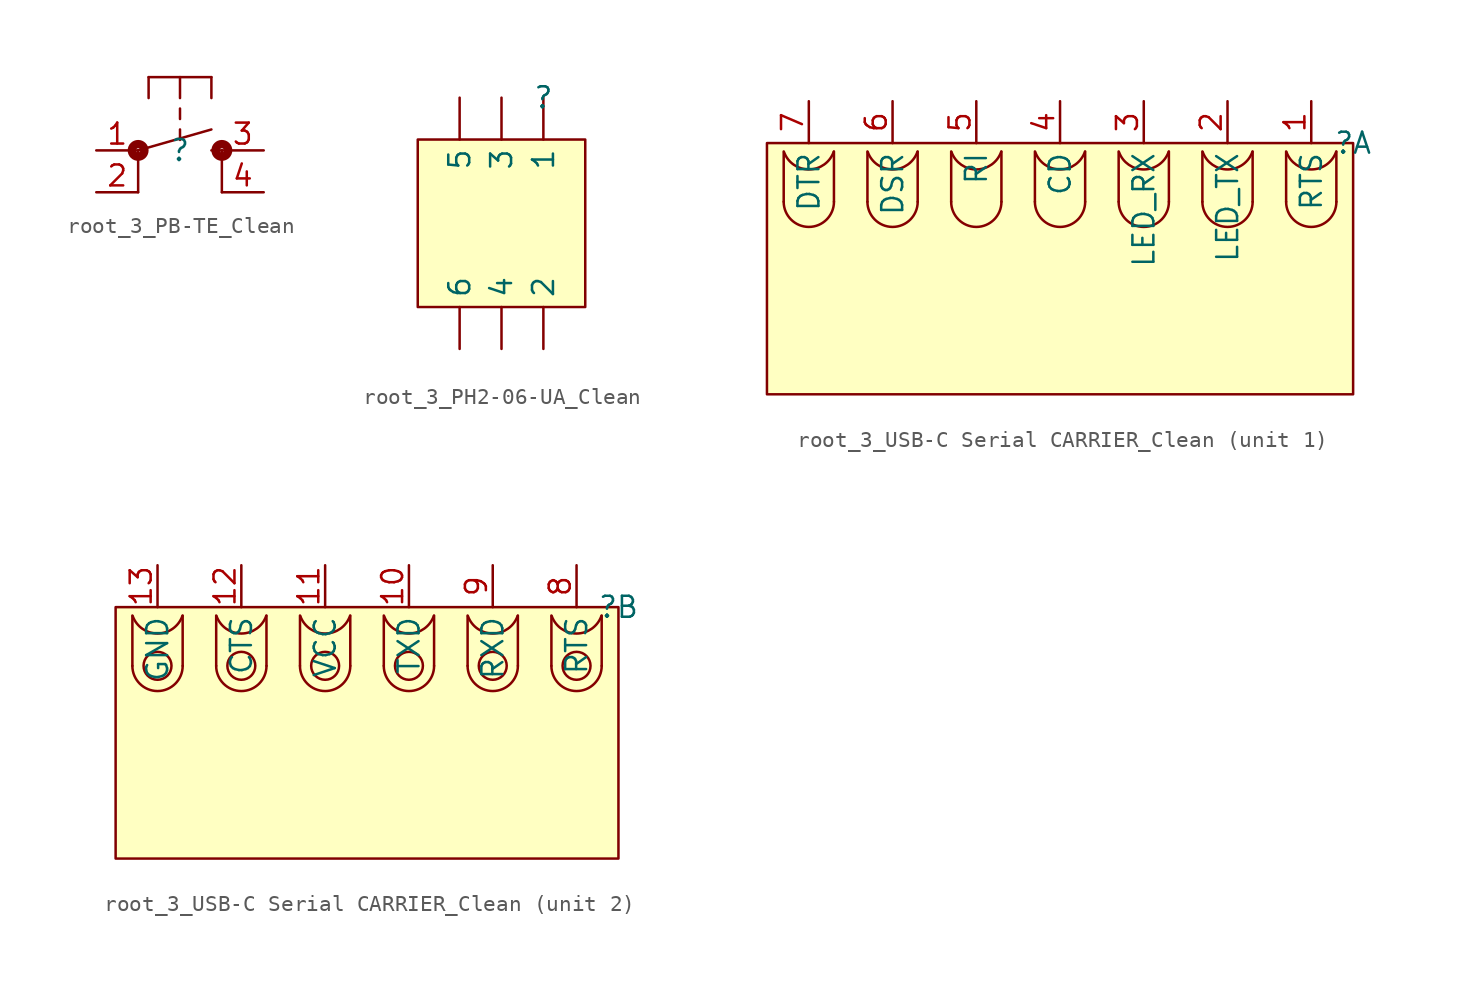
<source format=kicad_sym>
(kicad_symbol_lib
  (version 20241209)
  (generator "kicad_symbol_editor")
  (generator_version "9.0")
  (symbol "root_3_PB-TE_Clean"
    (pin_names
      (hide yes))
    (property "Reference" ""
      (at 0 0 0)
      (effects (font (size 1.27 1.27))))
    (property "Value" ""
      (at 0 0 0)
      (effects (font (size 1.27 1.27))))
    (symbol "root_3_PB-TE_Clean_1_0"
      (circle (center -2.54 0) (radius 0.127) (stroke (width 0.508) (type solid)) (fill (type none)))
      (polyline (pts (xy -2.54 0) (xy -2.54 -2.54)) (stroke (width 0) (type solid)) (fill (type none)))
      (polyline (pts (xy -1.905 4.445) (xy 0 4.445)) (stroke (width 0) (type solid)) (fill (type none)))
      (polyline (pts (xy -1.905 3.175) (xy -1.905 4.445)) (stroke (width 0) (type solid)) (fill (type none)))
      (polyline (pts (xy 0 4.445) (xy 1.905 4.445)) (stroke (width 0) (type solid)) (fill (type none)))
      (polyline (pts (xy 0 3.175) (xy 0 4.445)) (stroke (width 0) (type solid)) (fill (type none)))
      (polyline (pts (xy 0 1.905) (xy 0 2.54)) (stroke (width 0) (type solid)) (fill (type none)))
      (polyline (pts (xy 0 0.635) (xy 0 1.27)) (stroke (width 0) (type solid)) (fill (type none)))
      (polyline (pts (xy 1.905 3.175) (xy 1.905 4.445)) (stroke (width 0) (type solid)) (fill (type none)))
      (polyline (pts (xy 1.905 1.27) (xy -2.54 0)) (stroke (width 0) (type solid)) (fill (type none)))
      (polyline (pts (xy 2.54 0) (xy 1.905 0)) (stroke (width 0) (type solid)) (fill (type none)))
      (polyline (pts (xy 2.54 0) (xy 2.54 -2.54)) (stroke (width 0) (type solid)) (fill (type none)))
      (circle (center 2.54 0) (radius 0.127) (stroke (width 0.508) (type solid)) (fill (type none)))
      (pin passive line (at -5.08 0 0) (length 2.54) (name "1" (effects (font (size 1.27 1.27)))) (number "1" (effects (font (size 1.27 1.27)))))
      (pin passive line (at -5.08 -2.54 0) (length 2.54) (name "2" (effects (font (size 1.27 1.27)))) (number "2" (effects (font (size 1.27 1.27)))))
      (pin passive line (at 5.08 0 180) (length 2.54) (name "3" (effects (font (size 1.27 1.27)))) (number "3" (effects (font (size 1.27 1.27)))))
      (pin passive line (at 5.08 -2.54 180) (length 2.54) (name "4" (effects (font (size 1.27 1.27)))) (number "4" (effects (font (size 1.27 1.27)))))))
  (symbol "root_3_PH2-06-UA_Clean"
    (pin_numbers
      (hide yes))
    (property "Reference" ""
      (at 0 0 0)
      (effects (font (size 1.27 1.27))))
    (property "Value" ""
      (at 0 0 0)
      (effects (font (size 1.27 1.27))))
    (symbol "root_3_PH2-06-UA_Clean_1_0"
      (rectangle (start 2.54 -2.54) (end -7.62 -12.7) (stroke (width 0) (type solid) (color 128 0 0 1)) (fill (type background)))
      (pin passive line (at -5.08 0 270) (length 2.54) (name "5" (effects (font (size 1.27 1.27)))) (number "5" (effects (font (size 1.27 1.27)))))
      (pin passive line (at -5.08 -15.24 90) (length 2.54) (name "6" (effects (font (size 1.27 1.27)))) (number "6" (effects (font (size 1.27 1.27)))))
      (pin passive line (at -2.54 0 270) (length 2.54) (name "3" (effects (font (size 1.27 1.27)))) (number "3" (effects (font (size 1.27 1.27)))))
      (pin passive line (at -2.54 -15.24 90) (length 2.54) (name "4" (effects (font (size 1.27 1.27)))) (number "4" (effects (font (size 1.27 1.27)))))
      (pin passive line (at 0 0 270) (length 2.54) (name "1" (effects (font (size 1.27 1.27)))) (number "1" (effects (font (size 1.27 1.27)))))
      (pin passive line (at 0 -15.24 90) (length 2.54) (name "2" (effects (font (size 1.27 1.27)))) (number "2" (effects (font (size 1.27 1.27)))))))
  (symbol "root_3_USB-C Serial CARRIER_Clean"
    (property "Reference" ""
      (at 0 0 0)
      (effects (font (size 1.27 1.27))))
    (property "Value" ""
      (at 0 0 0)
      (effects (font (size 1.27 1.27))))
    (symbol "root_3_USB-C Serial CARRIER_Clean_1_0"
      (polyline (pts (xy -34.544 -0.508) (xy -34.544 -3.556)) (stroke (width 0) (type solid)) (fill (type none)))
      (arc (start -31.5116 -0.5306) (mid -33.0091 -1.599) (end -34.521 -0.5512) (stroke (width 0) (type solid)) (fill (type none)))
      (arc (start -33.02 -4.403) (mid -33.02 -2.709) (end -33.02 -4.403) (stroke (width 0) (type solid)) (fill (type none)))
      (arc (start -31.495 -3.5616) (mid -33.0205 -5.081) (end -34.545 -3.5605) (stroke (width 0) (type solid)) (fill (type none)))
      (polyline (pts (xy -31.496 -0.508) (xy -31.496 -3.556)) (stroke (width 0) (type solid)) (fill (type none)))
      (polyline (pts (xy -29.464 -0.508) (xy -29.464 -3.556)) (stroke (width 0) (type solid)) (fill (type none)))
      (arc (start -26.4316 -0.5306) (mid -27.9291 -1.599) (end -29.441 -0.5512) (stroke (width 0) (type solid)) (fill (type none)))
      (arc (start -27.94 -4.403) (mid -27.94 -2.709) (end -27.94 -4.403) (stroke (width 0) (type solid)) (fill (type none)))
      (arc (start -26.415 -3.5616) (mid -27.9405 -5.081) (end -29.465 -3.5605) (stroke (width 0) (type solid)) (fill (type none)))
      (polyline (pts (xy -26.416 -0.508) (xy -26.416 -3.556)) (stroke (width 0) (type solid)) (fill (type none)))
      (polyline (pts (xy -24.384 -0.508) (xy -24.384 -3.556)) (stroke (width 0) (type solid)) (fill (type none)))
      (arc (start -21.3516 -0.5306) (mid -22.8491 -1.599) (end -24.361 -0.5512) (stroke (width 0) (type solid)) (fill (type none)))
      (arc (start -22.86 -4.403) (mid -22.86 -2.709) (end -22.86 -4.403) (stroke (width 0) (type solid)) (fill (type none)))
      (arc (start -21.335 -3.5616) (mid -22.8605 -5.081) (end -24.385 -3.5605) (stroke (width 0) (type solid)) (fill (type none)))
      (polyline (pts (xy -21.336 -0.508) (xy -21.336 -3.556)) (stroke (width 0) (type solid)) (fill (type none)))
      (polyline (pts (xy -19.304 -0.508) (xy -19.304 -3.556)) (stroke (width 0) (type solid)) (fill (type none)))
      (arc (start -16.2716 -0.5306) (mid -17.7691 -1.599) (end -19.281 -0.5512) (stroke (width 0) (type solid)) (fill (type none)))
      (arc (start -17.78 -4.403) (mid -17.78 -2.709) (end -17.78 -4.403) (stroke (width 0) (type solid)) (fill (type none)))
      (arc (start -16.255 -3.5616) (mid -17.7805 -5.081) (end -19.305 -3.5605) (stroke (width 0) (type solid)) (fill (type none)))
      (polyline (pts (xy -16.256 -0.508) (xy -16.256 -3.556)) (stroke (width 0) (type solid)) (fill (type none)))
      (polyline (pts (xy -14.224 -0.508) (xy -14.224 -3.556)) (stroke (width 0) (type solid)) (fill (type none)))
      (arc (start -11.1916 -0.5306) (mid -12.6891 -1.599) (end -14.201 -0.5512) (stroke (width 0) (type solid)) (fill (type none)))
      (arc (start -12.7 -4.403) (mid -12.7 -2.709) (end -12.7 -4.403) (stroke (width 0) (type solid)) (fill (type none)))
      (arc (start -11.175 -3.5616) (mid -12.7005 -5.081) (end -14.225 -3.5605) (stroke (width 0) (type solid)) (fill (type none)))
      (polyline (pts (xy -11.176 -0.508) (xy -11.176 -3.556)) (stroke (width 0) (type solid)) (fill (type none)))
      (polyline (pts (xy -9.144 -0.508) (xy -9.144 -3.556)) (stroke (width 0) (type solid)) (fill (type none)))
      (arc (start -6.1116 -0.5306) (mid -7.6091 -1.599) (end -9.121 -0.5512) (stroke (width 0) (type solid)) (fill (type none)))
      (arc (start -7.62 -4.403) (mid -7.62 -2.709) (end -7.62 -4.403) (stroke (width 0) (type solid)) (fill (type none)))
      (arc (start -6.095 -3.5616) (mid -7.6205 -5.081) (end -9.145 -3.5605) (stroke (width 0) (type solid)) (fill (type none)))
      (polyline (pts (xy -6.096 -0.508) (xy -6.096 -3.556)) (stroke (width 0) (type solid)) (fill (type none)))
      (polyline (pts (xy -4.064 -0.508) (xy -4.064 -3.556)) (stroke (width 0) (type solid)) (fill (type none)))
      (arc (start -1.0316 -0.5306) (mid -2.5291 -1.599) (end -4.041 -0.5512) (stroke (width 0) (type solid)) (fill (type none)))
      (arc (start -2.54 -4.403) (mid -2.54 -2.709) (end -2.54 -4.403) (stroke (width 0) (type solid)) (fill (type none)))
      (arc (start -1.015 -3.5616) (mid -2.5405 -5.081) (end -4.065 -3.5605) (stroke (width 0) (type solid)) (fill (type none)))
      (polyline (pts (xy -1.016 -0.508) (xy -1.016 -3.556)) (stroke (width 0) (type solid)) (fill (type none)))
      (rectangle (start 0 0) (end -35.56 -15.24) (stroke (width 0) (type solid) (color 128 0 0 1)) (fill (type background)))
      (pin passive line (at -33.02 2.54 270) (length 2.54) (name "DTR" (effects (font (size 1.27 1.27)))) (number "7" (effects (font (size 1.27 1.27)))))
      (pin passive line (at -27.94 2.54 270) (length 2.54) (name "DSR" (effects (font (size 1.27 1.27)))) (number "6" (effects (font (size 1.27 1.27)))))
      (pin passive line (at -22.86 2.54 270) (length 2.54) (name "RI" (effects (font (size 1.27 1.27)))) (number "5" (effects (font (size 1.27 1.27)))))
      (pin passive line (at -17.78 2.54 270) (length 2.54) (name "CD" (effects (font (size 1.27 1.27)))) (number "4" (effects (font (size 1.27 1.27)))))
      (pin passive line (at -12.7 2.54 270) (length 2.54) (name "LED_RX" (effects (font (size 1.27 1.27)))) (number "3" (effects (font (size 1.27 1.27)))))
      (pin passive line (at -7.62 2.54 270) (length 2.54) (name "LED_TX" (effects (font (size 1.27 1.27)))) (number "2" (effects (font (size 1.27 1.27)))))
      (pin passive line (at -2.54 2.54 270) (length 2.54) (name "RTS" (effects (font (size 1.27 1.27)))) (number "1" (effects (font (size 1.27 1.27))))))
    (symbol "root_3_USB-C Serial CARRIER_Clean_2_0"
      (polyline (pts (xy -29.464 -0.508) (xy -29.464 -3.556)) (stroke (width 0) (type solid)) (fill (type none)))
      (arc (start -26.4316 -0.5306) (mid -27.9291 -1.599) (end -29.441 -0.5512) (stroke (width 0) (type solid)) (fill (type none)))
      (circle (center -27.94 -3.556) (radius 0.847) (stroke (width 0) (type solid)) (fill (type none)))
      (arc (start -26.415 -3.5616) (mid -27.9405 -5.081) (end -29.465 -3.5605) (stroke (width 0) (type solid)) (fill (type none)))
      (polyline (pts (xy -26.416 -0.508) (xy -26.416 -3.556)) (stroke (width 0) (type solid)) (fill (type none)))
      (polyline (pts (xy -24.384 -0.508) (xy -24.384 -3.556)) (stroke (width 0) (type solid)) (fill (type none)))
      (arc (start -21.3516 -0.5306) (mid -22.8491 -1.599) (end -24.361 -0.5512) (stroke (width 0) (type solid)) (fill (type none)))
      (circle (center -22.86 -3.556) (radius 0.847) (stroke (width 0) (type solid)) (fill (type none)))
      (arc (start -21.335 -3.5616) (mid -22.8605 -5.081) (end -24.385 -3.5605) (stroke (width 0) (type solid)) (fill (type none)))
      (polyline (pts (xy -21.336 -0.508) (xy -21.336 -3.556)) (stroke (width 0) (type solid)) (fill (type none)))
      (polyline (pts (xy -19.304 -0.508) (xy -19.304 -3.556)) (stroke (width 0) (type solid)) (fill (type none)))
      (arc (start -16.2716 -0.5306) (mid -17.7691 -1.599) (end -19.281 -0.5512) (stroke (width 0) (type solid)) (fill (type none)))
      (circle (center -17.78 -3.556) (radius 0.847) (stroke (width 0) (type solid)) (fill (type none)))
      (arc (start -16.255 -3.5616) (mid -17.7805 -5.081) (end -19.305 -3.5605) (stroke (width 0) (type solid)) (fill (type none)))
      (polyline (pts (xy -16.256 -0.508) (xy -16.256 -3.556)) (stroke (width 0) (type solid)) (fill (type none)))
      (polyline (pts (xy -14.224 -0.508) (xy -14.224 -3.556)) (stroke (width 0) (type solid)) (fill (type none)))
      (arc (start -11.1916 -0.5306) (mid -12.6891 -1.599) (end -14.201 -0.5512) (stroke (width 0) (type solid)) (fill (type none)))
      (circle (center -12.7 -3.556) (radius 0.847) (stroke (width 0) (type solid)) (fill (type none)))
      (arc (start -11.175 -3.5616) (mid -12.7005 -5.081) (end -14.225 -3.5605) (stroke (width 0) (type solid)) (fill (type none)))
      (polyline (pts (xy -11.176 -0.508) (xy -11.176 -3.556)) (stroke (width 0) (type solid)) (fill (type none)))
      (polyline (pts (xy -9.144 -0.508) (xy -9.144 -3.556)) (stroke (width 0) (type solid)) (fill (type none)))
      (arc (start -6.1116 -0.5306) (mid -7.6091 -1.599) (end -9.121 -0.5512) (stroke (width 0) (type solid)) (fill (type none)))
      (circle (center -7.62 -3.556) (radius 0.847) (stroke (width 0) (type solid)) (fill (type none)))
      (arc (start -6.095 -3.5616) (mid -7.6205 -5.081) (end -9.145 -3.5605) (stroke (width 0) (type solid)) (fill (type none)))
      (polyline (pts (xy -6.096 -0.508) (xy -6.096 -3.556)) (stroke (width 0) (type solid)) (fill (type none)))
      (polyline (pts (xy -4.064 -0.508) (xy -4.064 -3.556)) (stroke (width 0) (type solid)) (fill (type none)))
      (arc (start -1.0316 -0.5306) (mid -2.5291 -1.599) (end -4.041 -0.5512) (stroke (width 0) (type solid)) (fill (type none)))
      (circle (center -2.54 -3.556) (radius 0.847) (stroke (width 0) (type solid)) (fill (type none)))
      (arc (start -1.015 -3.5616) (mid -2.5405 -5.081) (end -4.065 -3.5605) (stroke (width 0) (type solid)) (fill (type none)))
      (polyline (pts (xy -1.016 -0.508) (xy -1.016 -3.556)) (stroke (width 0) (type solid)) (fill (type none)))
      (rectangle (start 0 0) (end -30.48 -15.24) (stroke (width 0) (type solid) (color 128 0 0 1)) (fill (type background)))
      (pin passive line (at -27.94 2.54 270) (length 2.54) (name "GND" (effects (font (size 1.27 1.27)))) (number "13" (effects (font (size 1.27 1.27)))))
      (pin passive line (at -22.86 2.54 270) (length 2.54) (name "CTS" (effects (font (size 1.27 1.27)))) (number "12" (effects (font (size 1.27 1.27)))))
      (pin passive line (at -17.78 2.54 270) (length 2.54) (name "VCC" (effects (font (size 1.27 1.27)))) (number "11" (effects (font (size 1.27 1.27)))))
      (pin passive line (at -12.7 2.54 270) (length 2.54) (name "TXD" (effects (font (size 1.27 1.27)))) (number "10" (effects (font (size 1.27 1.27)))))
      (pin passive line (at -7.62 2.54 270) (length 2.54) (name "RXD" (effects (font (size 1.27 1.27)))) (number "9" (effects (font (size 1.27 1.27)))))
      (pin passive line (at -2.54 2.54 270) (length 2.54) (name "RTS" (effects (font (size 1.27 1.27)))) (number "8" (effects (font (size 1.27 1.27))))))))
</source>
